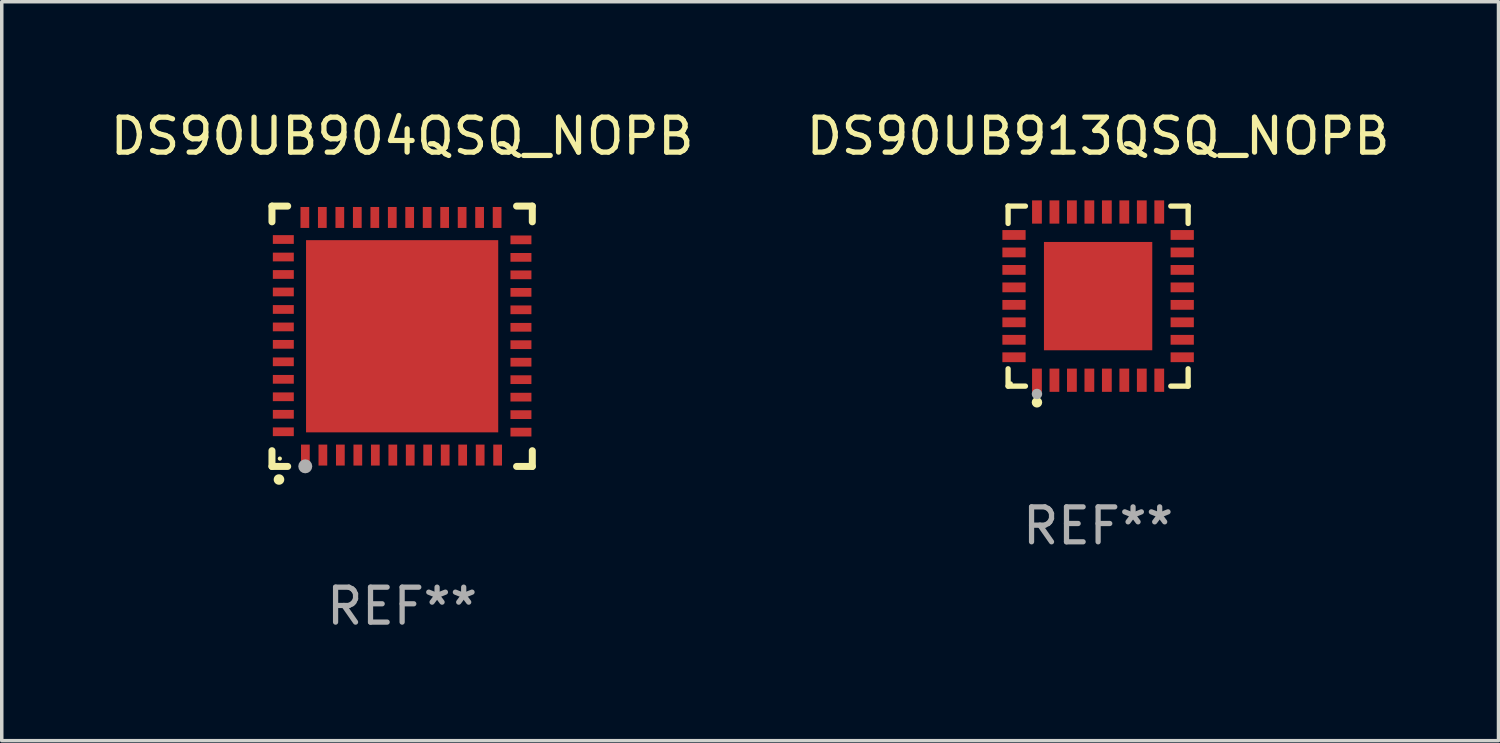
<source format=kicad_pcb>
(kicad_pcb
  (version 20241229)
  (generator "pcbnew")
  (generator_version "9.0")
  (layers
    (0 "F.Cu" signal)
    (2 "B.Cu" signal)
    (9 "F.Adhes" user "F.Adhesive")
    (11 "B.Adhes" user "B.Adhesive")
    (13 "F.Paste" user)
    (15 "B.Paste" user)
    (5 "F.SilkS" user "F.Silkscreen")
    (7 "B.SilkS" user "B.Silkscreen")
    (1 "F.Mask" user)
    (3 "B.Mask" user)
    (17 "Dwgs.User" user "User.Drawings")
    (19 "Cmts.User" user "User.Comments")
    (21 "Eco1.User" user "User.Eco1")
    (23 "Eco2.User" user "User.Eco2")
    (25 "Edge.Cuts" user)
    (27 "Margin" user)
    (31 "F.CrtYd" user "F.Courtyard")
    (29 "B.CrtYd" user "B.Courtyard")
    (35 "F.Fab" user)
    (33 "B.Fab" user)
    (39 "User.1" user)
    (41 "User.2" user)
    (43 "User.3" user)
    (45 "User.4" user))
  (footprint "DS90UB913QSQ_NOPB"
    (layer "F.Cu")
    (at 28.375 5.424)
    (property "Reference" "DS90UB913QSQ_NOPB" (at 0 -4.576 0) (layer "F.SilkS") (effects (font (size 1 1) (thickness 0.15))))
    (attr through_hole)
    (fp_line (start -2.576 -2.576) (end -2.08 -2.576) (stroke (width 0.152) (type solid)) (layer "F.SilkS"))
    (fp_line (start -2.576 -2.08) (end -2.576 -2.576) (stroke (width 0.152) (type solid)) (layer "F.SilkS"))
    (fp_line (start -2.576 2.08) (end -2.576 2.576) (stroke (width 0.152) (type solid)) (layer "F.SilkS"))
    (fp_line (start -2.576 2.576) (end -2.08 2.576) (stroke (width 0.152) (type solid)) (layer "F.SilkS"))
    (fp_line (start 2.576 -2.576) (end 2.08 -2.576) (stroke (width 0.152) (type solid)) (layer "F.SilkS"))
    (fp_line (start 2.576 -2.08) (end 2.576 -2.576) (stroke (width 0.152) (type solid)) (layer "F.SilkS"))
    (fp_line (start 2.576 2.08) (end 2.576 2.576) (stroke (width 0.152) (type solid)) (layer "F.SilkS"))
    (fp_line (start 2.576 2.576) (end 2.08 2.576) (stroke (width 0.152) (type solid)) (layer "F.SilkS"))
    (fp_circle (center -2.5 2.5) (end -2.47 2.5) (stroke (width 0.06) (type solid)) (fill no) (layer "F.SilkS"))
    (fp_circle (center -1.75 3.04) (end -1.675 3.04) (stroke (width 0.15) (type solid)) (fill no) (layer "F.SilkS"))
    (fp_circle (center -1.75 2.8) (end -1.675 2.8) (stroke (width 0.15) (type solid)) (fill no) (layer "F.Fab"))
    (fp_text user "REF**" (at 0 6.576 0) (layer "F.Fab") (effects (font (size 1 1) (thickness 0.15))))
    (pad "1" smd rect (at -1.75 2.407) (size 0.28 0.665) (layers "F.Cu" "F.Mask" "F.Paste"))
    (pad "2" smd rect (at -1.25 2.407) (size 0.28 0.665) (layers "F.Cu" "F.Mask" "F.Paste"))
    (pad "3" smd rect (at -0.75 2.407) (size 0.28 0.665) (layers "F.Cu" "F.Mask" "F.Paste"))
    (pad "4" smd rect (at -0.25 2.407) (size 0.28 0.665) (layers "F.Cu" "F.Mask" "F.Paste"))
    (pad "5" smd rect (at 0.25 2.407) (size 0.28 0.665) (layers "F.Cu" "F.Mask" "F.Paste"))
    (pad "6" smd rect (at 0.75 2.407) (size 0.28 0.665) (layers "F.Cu" "F.Mask" "F.Paste"))
    (pad "7" smd rect (at 1.25 2.407) (size 0.28 0.665) (layers "F.Cu" "F.Mask" "F.Paste"))
    (pad "8" smd rect (at 1.75 2.407) (size 0.28 0.665) (layers "F.Cu" "F.Mask" "F.Paste"))
    (pad "9" smd rect (at 2.407 1.75) (size 0.665 0.28) (layers "F.Cu" "F.Mask" "F.Paste"))
    (pad "10" smd rect (at 2.407 1.25) (size 0.665 0.28) (layers "F.Cu" "F.Mask" "F.Paste"))
    (pad "11" smd rect (at 2.407 0.75) (size 0.665 0.28) (layers "F.Cu" "F.Mask" "F.Paste"))
    (pad "12" smd rect (at 2.407 0.25) (size 0.665 0.28) (layers "F.Cu" "F.Mask" "F.Paste"))
    (pad "13" smd rect (at 2.407 -0.25) (size 0.665 0.28) (layers "F.Cu" "F.Mask" "F.Paste"))
    (pad "14" smd rect (at 2.407 -0.75) (size 0.665 0.28) (layers "F.Cu" "F.Mask" "F.Paste"))
    (pad "15" smd rect (at 2.407 -1.25) (size 0.665 0.28) (layers "F.Cu" "F.Mask" "F.Paste"))
    (pad "16" smd rect (at 2.407 -1.75) (size 0.665 0.28) (layers "F.Cu" "F.Mask" "F.Paste"))
    (pad "17" smd rect (at 1.75 -2.407) (size 0.28 0.665) (layers "F.Cu" "F.Mask" "F.Paste"))
    (pad "18" smd rect (at 1.25 -2.407) (size 0.28 0.665) (layers "F.Cu" "F.Mask" "F.Paste"))
    (pad "19" smd rect (at 0.75 -2.407) (size 0.28 0.665) (layers "F.Cu" "F.Mask" "F.Paste"))
    (pad "20" smd rect (at 0.25 -2.407) (size 0.28 0.665) (layers "F.Cu" "F.Mask" "F.Paste"))
    (pad "21" smd rect (at -0.25 -2.407) (size 0.28 0.665) (layers "F.Cu" "F.Mask" "F.Paste"))
    (pad "22" smd rect (at -0.75 -2.407) (size 0.28 0.665) (layers "F.Cu" "F.Mask" "F.Paste"))
    (pad "23" smd rect (at -1.25 -2.407) (size 0.28 0.665) (layers "F.Cu" "F.Mask" "F.Paste"))
    (pad "24" smd rect (at -1.75 -2.407) (size 0.28 0.665) (layers "F.Cu" "F.Mask" "F.Paste"))
    (pad "25" smd rect (at -2.407 -1.75) (size 0.665 0.28) (layers "F.Cu" "F.Mask" "F.Paste"))
    (pad "26" smd rect (at -2.407 -1.25) (size 0.665 0.28) (layers "F.Cu" "F.Mask" "F.Paste"))
    (pad "27" smd rect (at -2.407 -0.75) (size 0.665 0.28) (layers "F.Cu" "F.Mask" "F.Paste"))
    (pad "28" smd rect (at -2.407 -0.25) (size 0.665 0.28) (layers "F.Cu" "F.Mask" "F.Paste"))
    (pad "29" smd rect (at -2.407 0.25) (size 0.665 0.28) (layers "F.Cu" "F.Mask" "F.Paste"))
    (pad "30" smd rect (at -2.407 0.75) (size 0.665 0.28) (layers "F.Cu" "F.Mask" "F.Paste"))
    (pad "31" smd rect (at -2.407 1.25) (size 0.665 0.28) (layers "F.Cu" "F.Mask" "F.Paste"))
    (pad "32" smd rect (at -2.407 1.75) (size 0.665 0.28) (layers "F.Cu" "F.Mask" "F.Paste"))
    (pad "33" smd rect (at 0 0) (size 3.1 3.1) (layers "F.Cu" "F.Mask" "F.Paste")))
  (footprint "DS90UB904QSQ_NOPB"
    (layer "F.Cu")
    (at 8.458 6.573)
    (property "Reference" "DS90UB904QSQ_NOPB" (at 0 -5.725 0) (layer "F.SilkS") (effects (font (size 1 1) (thickness 0.15))))
    (attr through_hole)
    (fp_line (start -3.725 -3.725) (end -3.275 -3.725) (stroke (width 0.2) (type solid)) (layer "F.SilkS"))
    (fp_line (start -3.725 -3.275) (end -3.725 -3.725) (stroke (width 0.2) (type solid)) (layer "F.SilkS"))
    (fp_line (start -3.725 3.725) (end -3.725 3.275) (stroke (width 0.2) (type solid)) (layer "F.SilkS"))
    (fp_line (start -3.275 3.725) (end -3.725 3.725) (stroke (width 0.2) (type solid)) (layer "F.SilkS"))
    (fp_line (start 3.275 3.725) (end 3.725 3.725) (stroke (width 0.2) (type solid)) (layer "F.SilkS"))
    (fp_line (start 3.725 -3.725) (end 3.275 -3.725) (stroke (width 0.2) (type solid)) (layer "F.SilkS"))
    (fp_line (start 3.725 -3.275) (end 3.725 -3.725) (stroke (width 0.2) (type solid)) (layer "F.SilkS"))
    (fp_line (start 3.725 3.725) (end 3.725 3.275) (stroke (width 0.2) (type solid)) (layer "F.SilkS"))
    (fp_arc (start -3.525527 4.099568) (mid -3.524257 4.099563) (end -3.522987 4.099568) (stroke (width 0.3) (type solid)) (layer "F.SilkS"))
    (fp_circle (center -3.5 3.501) (end -3.47 3.501) (stroke (width 0.06) (type solid)) (fill no) (layer "F.SilkS"))
    (fp_circle (center -2.772 3.722) (end -2.672 3.722) (stroke (width 0.2) (type solid)) (fill no) (layer "F.Fab"))
    (fp_text user "REF**" (at 0 7.725 0) (layer "F.Fab") (effects (font (size 1 1) (thickness 0.15))))
    (pad "1" smd rect (at -2.769 3.4 180) (size 0.25 0.6) (layers "F.Cu" "F.Mask" "F.Paste"))
    (pad "2" smd rect (at -2.268 3.4 180) (size 0.25 0.6) (layers "F.Cu" "F.Mask" "F.Paste"))
    (pad "3" smd rect (at -1.768 3.4 180) (size 0.25 0.6) (layers "F.Cu" "F.Mask" "F.Paste"))
    (pad "4" smd rect (at -1.268 3.4 180) (size 0.25 0.6) (layers "F.Cu" "F.Mask" "F.Paste"))
    (pad "5" smd rect (at -0.767 3.4 180) (size 0.25 0.6) (layers "F.Cu" "F.Mask" "F.Paste"))
    (pad "6" smd rect (at -0.267 3.4 180) (size 0.25 0.6) (layers "F.Cu" "F.Mask" "F.Paste"))
    (pad "7" smd rect (at 0.231 3.4 180) (size 0.25 0.6) (layers "F.Cu" "F.Mask" "F.Paste"))
    (pad "8" smd rect (at 0.731 3.4 180) (size 0.25 0.6) (layers "F.Cu" "F.Mask" "F.Paste"))
    (pad "9" smd rect (at 1.232 3.4 180) (size 0.25 0.6) (layers "F.Cu" "F.Mask" "F.Paste"))
    (pad "10" smd rect (at 1.732 3.4 180) (size 0.25 0.6) (layers "F.Cu" "F.Mask" "F.Paste"))
    (pad "11" smd rect (at 2.233 3.4 180) (size 0.25 0.6) (layers "F.Cu" "F.Mask" "F.Paste"))
    (pad "12" smd rect (at 2.733 3.4 180) (size 0.25 0.6) (layers "F.Cu" "F.Mask" "F.Paste"))
    (pad "13" smd rect (at 3.4 2.743 90) (size 0.25 0.6) (layers "F.Cu" "F.Mask" "F.Paste"))
    (pad "14" smd rect (at 3.4 2.243 90) (size 0.25 0.6) (layers "F.Cu" "F.Mask" "F.Paste"))
    (pad "15" smd rect (at 3.4 1.742 90) (size 0.25 0.6) (layers "F.Cu" "F.Mask" "F.Paste"))
    (pad "16" smd rect (at 3.4 1.242 90) (size 0.25 0.6) (layers "F.Cu" "F.Mask" "F.Paste"))
    (pad "17" smd rect (at 3.4 0.742 90) (size 0.25 0.6) (layers "F.Cu" "F.Mask" "F.Paste"))
    (pad "18" smd rect (at 3.4 0.241 90) (size 0.25 0.6) (layers "F.Cu" "F.Mask" "F.Paste"))
    (pad "19" smd rect (at 3.4 -0.257 90) (size 0.25 0.6) (layers "F.Cu" "F.Mask" "F.Paste"))
    (pad "20" smd rect (at 3.4 -0.757 90) (size 0.25 0.6) (layers "F.Cu" "F.Mask" "F.Paste"))
    (pad "21" smd rect (at 3.4 -1.257 90) (size 0.25 0.6) (layers "F.Cu" "F.Mask" "F.Paste"))
    (pad "22" smd rect (at 3.4 -1.758 90) (size 0.25 0.6) (layers "F.Cu" "F.Mask" "F.Paste"))
    (pad "23" smd rect (at 3.4 -2.258 90) (size 0.25 0.6) (layers "F.Cu" "F.Mask" "F.Paste"))
    (pad "24" smd rect (at 3.4 -2.759 90) (size 0.25 0.6) (layers "F.Cu" "F.Mask" "F.Paste"))
    (pad "25" smd rect (at 2.718 -3.4 180) (size 0.25 0.6) (layers "F.Cu" "F.Mask" "F.Paste"))
    (pad "26" smd rect (at 2.217 -3.4 180) (size 0.25 0.6) (layers "F.Cu" "F.Mask" "F.Paste"))
    (pad "27" smd rect (at 1.717 -3.4 180) (size 0.25 0.6) (layers "F.Cu" "F.Mask" "F.Paste"))
    (pad "28" smd rect (at 1.217 -3.4 180) (size 0.25 0.6) (layers "F.Cu" "F.Mask" "F.Paste"))
    (pad "29" smd rect (at 0.716 -3.4 180) (size 0.25 0.6) (layers "F.Cu" "F.Mask" "F.Paste"))
    (pad "30" smd rect (at 0.216 -3.4 180) (size 0.25 0.6) (layers "F.Cu" "F.Mask" "F.Paste"))
    (pad "31" smd rect (at -0.282 -3.4 180) (size 0.25 0.6) (layers "F.Cu" "F.Mask" "F.Paste"))
    (pad "32" smd rect (at -0.782 -3.4 180) (size 0.25 0.6) (layers "F.Cu" "F.Mask" "F.Paste"))
    (pad "33" smd rect (at -1.283 -3.4 180) (size 0.25 0.6) (layers "F.Cu" "F.Mask" "F.Paste"))
    (pad "34" smd rect (at -1.783 -3.4 180) (size 0.25 0.6) (layers "F.Cu" "F.Mask" "F.Paste"))
    (pad "35" smd rect (at -2.284 -3.4 180) (size 0.25 0.6) (layers "F.Cu" "F.Mask" "F.Paste"))
    (pad "36" smd rect (at -2.784 -3.4 180) (size 0.25 0.6) (layers "F.Cu" "F.Mask" "F.Paste"))
    (pad "37" smd rect (at -3.4 -2.769 90) (size 0.25 0.6) (layers "F.Cu" "F.Mask" "F.Paste"))
    (pad "38" smd rect (at -3.4 -2.268 90) (size 0.25 0.6) (layers "F.Cu" "F.Mask" "F.Paste"))
    (pad "39" smd rect (at -3.4 -1.768 90) (size 0.25 0.6) (layers "F.Cu" "F.Mask" "F.Paste"))
    (pad "40" smd rect (at -3.4 -1.268 90) (size 0.25 0.6) (layers "F.Cu" "F.Mask" "F.Paste"))
    (pad "41" smd rect (at -3.4 -0.767 90) (size 0.25 0.6) (layers "F.Cu" "F.Mask" "F.Paste"))
    (pad "42" smd rect (at -3.4 -0.267 90) (size 0.25 0.6) (layers "F.Cu" "F.Mask" "F.Paste"))
    (pad "43" smd rect (at -3.4 0.231 90) (size 0.25 0.6) (layers "F.Cu" "F.Mask" "F.Paste"))
    (pad "44" smd rect (at -3.4 0.731 90) (size 0.25 0.6) (layers "F.Cu" "F.Mask" "F.Paste"))
    (pad "45" smd rect (at -3.4 1.232 90) (size 0.25 0.6) (layers "F.Cu" "F.Mask" "F.Paste"))
    (pad "46" smd rect (at -3.4 1.732 90) (size 0.25 0.6) (layers "F.Cu" "F.Mask" "F.Paste"))
    (pad "47" smd rect (at -3.4 2.233 90) (size 0.25 0.6) (layers "F.Cu" "F.Mask" "F.Paste"))
    (pad "48" smd rect (at -3.4 2.733 90) (size 0.25 0.6) (layers "F.Cu" "F.Mask" "F.Paste"))
    (pad "49" smd rect (at -0.000076 -0.000076 90) (size 5.5 5.5) (layers "F.Cu" "F.Mask" "F.Paste")))
  (gr_rect
    (start -3 -3)
    (end 39.833 18.146)
    (stroke (width 0.1) (type default))
    (fill no)
    (layer "Edge.Cuts")))
</source>
